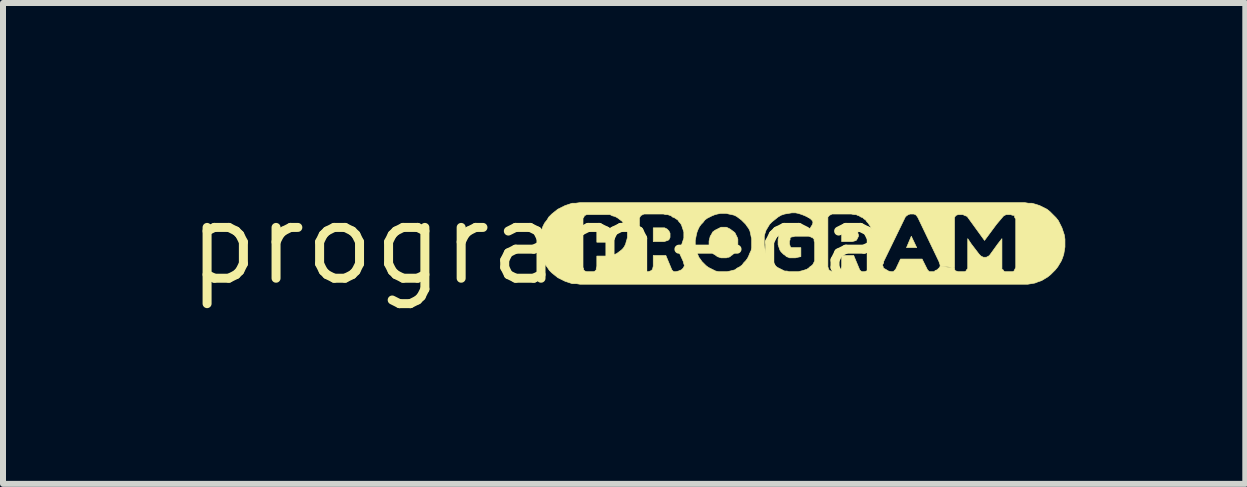
<source format=kicad_pcb>
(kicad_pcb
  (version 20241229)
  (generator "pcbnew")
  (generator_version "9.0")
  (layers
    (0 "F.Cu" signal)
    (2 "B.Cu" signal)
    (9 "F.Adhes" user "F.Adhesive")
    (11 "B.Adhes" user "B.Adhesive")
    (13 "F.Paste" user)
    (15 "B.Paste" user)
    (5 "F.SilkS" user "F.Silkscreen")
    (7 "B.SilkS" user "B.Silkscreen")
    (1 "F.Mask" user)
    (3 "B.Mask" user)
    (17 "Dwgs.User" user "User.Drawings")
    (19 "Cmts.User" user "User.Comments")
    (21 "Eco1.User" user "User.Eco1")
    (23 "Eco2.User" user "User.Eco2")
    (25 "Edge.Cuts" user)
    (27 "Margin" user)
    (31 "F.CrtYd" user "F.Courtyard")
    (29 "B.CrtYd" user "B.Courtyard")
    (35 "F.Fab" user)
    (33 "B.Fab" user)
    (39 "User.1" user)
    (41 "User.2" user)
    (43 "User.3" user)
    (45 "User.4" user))
  (footprint "program-ca"
    (layer "F.Cu")
    (at 5.934 1.006)
    (property "Reference" "program-ca" (at 0 0 0) (layer "F.SilkS") (effects (font (size 1.27 1.27) (thickness 0.15))))
    (attr board_only exclude_from_pos_files exclude_from_bom)
    (fp_poly (pts (xy 6.2 -0.12) (xy 6.12 0.07) (xy 6.29 0.07) (xy 6.2 -0.12)) (stroke (width 0.01) (type solid)) (fill yes) (layer "F.SilkS"))
    (fp_poly (pts (xy 1.17 -0.02) (xy 1.2 -0.05) (xy 1.22 -0.06) (xy 1.23 -0.08) (xy 1.24 -0.1) (xy 1.24 -0.13) (xy 1.24 -0.16) (xy 1.23 -0.19) (xy 1.21 -0.21) (xy 1.2 -0.22) (xy 1.18 -0.24) (xy 1.16 -0.24) (xy 1.14 -0.25) (xy 1.13 -0.25) (xy 0.96 -0.25) (xy 0.96 -0.02) (xy 1.16 -0.02) (xy 1.17 -0.02)) (stroke (width 0.01) (type solid)) (fill yes) (layer "F.SilkS"))
    (fp_poly (pts (xy 1.9 -0.03) (xy 2.08 -0.03) (xy 2.11 -0.04) (xy 2.14 -0.05) (xy 2.16 -0.06) (xy 2.17 -0.08) (xy 2.18 -0.1) (xy 2.18 -0.12) (xy 2.18 -0.14) (xy 2.18 -0.17) (xy 2.17 -0.19) (xy 2.16 -0.21) (xy 2.15 -0.22) (xy 2.13 -0.24) (xy 2.11 -0.25) (xy 2.09 -0.26) (xy 2.07 -0.26) (xy 1.9 -0.26) (xy 1.9 -0.03)) (stroke (width 0.01) (type solid)) (fill yes) (layer "F.SilkS"))
    (fp_poly (pts (xy 5.04 -0.03) (xy 5.21 -0.03) (xy 5.25 -0.04) (xy 5.28 -0.05) (xy 5.29 -0.06) (xy 5.3 -0.08) (xy 5.31 -0.1) (xy 5.32 -0.12) (xy 5.32 -0.14) (xy 5.31 -0.17) (xy 5.31 -0.19) (xy 5.3 -0.21) (xy 5.28 -0.22) (xy 5.26 -0.24) (xy 5.24 -0.25) (xy 5.22 -0.26) (xy 5.2 -0.26) (xy 5.04 -0.26) (xy 5.04 -0.03)) (stroke (width 0.01) (type solid)) (fill yes) (layer "F.SilkS"))
    (fp_poly (pts (xy 2.83 0.1) (xy 2.91 0.18) (xy 2.93 0.19) (xy 2.97 0.22) (xy 3 0.23) (xy 3.03 0.24) (xy 3.05 0.24) (xy 3.07 0.24) (xy 3.09 0.24) (xy 3.12 0.24) (xy 3.14 0.23) (xy 3.16 0.23) (xy 3.18 0.22) (xy 3.2 0.2) (xy 3.22 0.19) (xy 3.24 0.17) (xy 3.26 0.15) (xy 3.27 0.13) (xy 3.29 0.11) (xy 3.29 0.09) (xy 3.3 0.07) (xy 3.31 0.04) (xy 3.31 0.02) (xy 3.31 -0.01) (xy 3.31 -0.04) (xy 3.31 -0.07) (xy 3.3 -0.1) (xy 3.29 -0.12) (xy 3.28 -0.14) (xy 3.27 -0.16) (xy 3.26 -0.18) (xy 3.22 -0.21) (xy 3.18 -0.24) (xy 3.16 -0.25) (xy 3.14 -0.26) (xy 3.12 -0.27) (xy 3.1 -0.27) (xy 3.07 -0.27) (xy 3.05 -0.27) (xy 3.03 -0.27) (xy 3.01 -0.26) (xy 2.99 -0.25) (xy 2.97 -0.24) (xy 2.93 -0.22) (xy 2.89 -0.19) (xy 2.87 -0.15) (xy 2.85 -0.12) (xy 2.84 -0.08) (xy 2.83 -0.04) (xy 2.83 0.1)) (stroke (width 0.01) (type solid)) (fill yes) (layer "F.SilkS"))
    (fp_poly (pts (xy 0.68 -0.68) (xy 0.61 -0.67) (xy 0.55 -0.67) (xy 0.49 -0.65) (xy 0.43 -0.63) (xy 0.37 -0.6) (xy 0.31 -0.57) (xy 0.26 -0.53) (xy 0.21 -0.49) (xy 0.16 -0.44) (xy 0.13 -0.39) (xy 0.09 -0.34) (xy 0.06 -0.28) (xy 0.04 -0.22) (xy 0.02 -0.16) (xy 0.01 -0.1) (xy 0 -0.03) (xy 0 0.03) (xy 0.01 0.1) (xy 0.02 0.16) (xy 0.04 0.22) (xy 0.06 0.28) (xy 0.09 0.34) (xy 0.13 0.39) (xy 0.17 0.45) (xy 0.21 0.49) (xy 0.26 0.53) (xy 0.31 0.57) (xy 0.37 0.6) (xy 0.43 0.63) (xy 0.49 0.65) (xy 0.55 0.67) (xy 0.62 0.67) (xy 0.68 0.68) (xy 8.09 0.68) (xy 8.14 0.68) (xy 8.2 0.67) (xy 8.26 0.66) (xy 8.31 0.64) (xy 8.37 0.62) (xy 8.42 0.59) (xy 8.47 0.56) (xy 8.52 0.52) (xy 8.56 0.48) (xy 8.6 0.44) (xy 8.64 0.39) (xy 8.67 0.34) (xy 8.7 0.29) (xy 8.72 0.24) (xy 8.74 0.18) (xy 8.75 0.12) (xy 8.76 0.06) (xy 8.76 0) (xy 8.76 -0.07) (xy 8.75 -0.14) (xy 8.73 -0.2) (xy 8.71 -0.26) (xy 8.68 -0.32) (xy 8.65 -0.38) (xy 8.61 -0.43) (xy 8.56 -0.48) (xy 8.51 -0.53) (xy 8.46 -0.57) (xy 8.4 -0.6) (xy 8.34 -0.63) (xy 8.28 -0.65) (xy 8.21 -0.67) (xy 8.15 -0.67) (xy 8.09 -0.68) (xy 0.68 -0.68) (xy 0.77 -0.47) (xy 0.79 -0.48) (xy 0.81 -0.48) (xy 0.84 -0.48) (xy 1.14 -0.48) (xy 1.18 -0.48) (xy 1.22 -0.46) (xy 1.26 -0.45) (xy 1.3 -0.43) (xy 1.34 -0.4) (xy 1.38 -0.37) (xy 1.4 -0.34) (xy 1.42 -0.31) (xy 1.67 -0.42) (xy 1.67 -0.43) (xy 1.68 -0.44) (xy 1.69 -0.46) (xy 1.7 -0.47) (xy 1.71 -0.47) (xy 1.72 -0.48) (xy 1.75 -0.49) (xy 1.77 -0.49) (xy 2.07 -0.49) (xy 2.11 -0.48) (xy 2.14 -0.48) (xy 2.17 -0.47) (xy 2.2 -0.46) (xy 2.22 -0.44) (xy 2.25 -0.43) (xy 2.28 -0.41) (xy 2.31 -0.39) (xy 2.33 -0.36) (xy 2.35 -0.34) (xy 2.37 -0.31) (xy 2.38 -0.28) (xy 2.39 -0.25) (xy 2.4 -0.22) (xy 2.41 -0.19) (xy 2.41 -0.16) (xy 2.41 -0.13) (xy 2.41 -0.09) (xy 2.6 -0.05) (xy 2.61 -0.1) (xy 2.62 -0.15) (xy 2.63 -0.19) (xy 2.65 -0.24) (xy 2.67 -0.28) (xy 2.7 -0.32) (xy 2.73 -0.35) (xy 2.76 -0.39) (xy 2.8 -0.42) (xy 2.84 -0.44) (xy 2.88 -0.46) (xy 2.93 -0.48) (xy 2.97 -0.49) (xy 3.02 -0.5) (xy 3.07 -0.5) (xy 3.12 -0.5) (xy 3.16 -0.49) (xy 3.21 -0.48) (xy 3.25 -0.47) (xy 3.29 -0.45) (xy 3.33 -0.42) (xy 3.37 -0.39) (xy 3.4 -0.36) (xy 3.44 -0.32) (xy 3.46 -0.29) (xy 3.49 -0.25) (xy 3.51 -0.21) (xy 3.52 -0.17) (xy 3.53 -0.12) (xy 3.54 -0.08) (xy 3.54 -0.03) (xy 3.75 -0.02) (xy 3.75 -0.07) (xy 3.75 -0.12) (xy 3.76 -0.16) (xy 3.78 -0.22) (xy 3.81 -0.27) (xy 3.84 -0.32) (xy 3.88 -0.36) (xy 3.93 -0.4) (xy 3.98 -0.44) (xy 4.03 -0.47) (xy 4.09 -0.49) (xy 4.15 -0.5) (xy 4.21 -0.51) (xy 4.27 -0.51) (xy 4.32 -0.5) (xy 4.38 -0.48) (xy 4.43 -0.46) (xy 4.49 -0.43) (xy 4.52 -0.41) (xy 4.53 -0.4) (xy 4.55 -0.38) (xy 4.56 -0.36) (xy 4.56 -0.34) (xy 4.55 -0.31) (xy 4.53 -0.28) (xy 4.52 -0.26) (xy 4.49 -0.23) (xy 4.46 -0.22) (xy 4.45 -0.21) (xy 4.44 -0.21) (xy 4.42 -0.21) (xy 4.39 -0.23) (xy 4.33 -0.26) (xy 4.31 -0.27) (xy 4.29 -0.27) (xy 4.24 -0.28) (xy 4.19 -0.28) (xy 4.16 -0.27) (xy 4.13 -0.26) (xy 4.11 -0.25) (xy 4.08 -0.24) (xy 4.06 -0.22) (xy 4.04 -0.2) (xy 4.02 -0.18) (xy 4.01 -0.16) (xy 3.99 -0.13) (xy 3.99 -0.1) (xy 3.98 -0.07) (xy 3.98 -0.04) (xy 3.98 -0.01) (xy 3.98 0.02) (xy 3.99 0.05) (xy 4 0.08) (xy 4.01 0.11) (xy 4.03 0.14) (xy 4.05 0.16) (xy 4.07 0.18) (xy 4.1 0.2) (xy 4.12 0.22) (xy 4.15 0.23) (xy 4.17 0.24) (xy 4.22 0.24) (xy 4.27 0.24) (xy 4.31 0.23) (xy 4.36 0.22) (xy 4.36 0.07) (xy 4.25 0.07) (xy 4.22 0.07) (xy 4.2 0.07) (xy 4.19 0.06) (xy 4.18 0.05) (xy 4.18 0.04) (xy 4.17 0.01) (xy 4.17 -0.04) (xy 4.18 -0.06) (xy 4.18 -0.09) (xy 4.19 -0.1) (xy 4.21 -0.11) (xy 4.23 -0.11) (xy 4.26 -0.12) (xy 4.49 -0.12) (xy 4.52 -0.11) (xy 4.54 -0.1) (xy 4.55 -0.1) (xy 4.57 -0.08) (xy 4.58 -0.07) (xy 4.58 -0.06) (xy 4.58 -0.04) (xy 4.59 -0.02) (xy 4.59 0.29) (xy 4.58 0.31) (xy 4.81 0.36) (xy 4.81 -0.42) (xy 4.81 -0.43) (xy 4.81 -0.44) (xy 4.83 -0.46) (xy 4.83 -0.47) (xy 4.84 -0.47) (xy 4.86 -0.48) (xy 4.88 -0.49) (xy 4.91 -0.49) (xy 5.2 -0.49) (xy 5.25 -0.48) (xy 5.28 -0.48) (xy 5.3 -0.47) (xy 5.33 -0.46) (xy 5.36 -0.44) (xy 5.39 -0.43) (xy 5.41 -0.41) (xy 5.44 -0.39) (xy 5.46 -0.36) (xy 5.48 -0.34) (xy 5.5 -0.31) (xy 5.52 -0.28) (xy 5.53 -0.25) (xy 5.54 -0.22) (xy 5.54 -0.19) (xy 5.55 -0.16) (xy 5.55 -0.13) (xy 5.54 -0.09) (xy 5.54 -0.06) (xy 5.53 -0.03) (xy 5.52 0) (xy 5.51 0.03) (xy 5.49 0.05) (xy 5.47 0.08) (xy 5.45 0.1) (xy 5.48 0.19) (xy 5.53 0.3) (xy 5.55 0.34) (xy 5.55 0.37) (xy 5.72 0.37) (xy 5.72 0.36) (xy 5.74 0.32) (xy 5.74 0.3) (xy 6.1 -0.44) (xy 6.12 -0.46) (xy 6.15 -0.48) (xy 6.18 -0.49) (xy 6.21 -0.49) (xy 6.24 -0.49) (xy 6.27 -0.48) (xy 6.29 -0.46) (xy 6.31 -0.43) (xy 6.66 0.3) (xy 6.67 0.33) (xy 6.68 0.36) (xy 6.68 0.38) (xy 6.92 0.4) (xy 6.92 -0.41) (xy 6.92 -0.42) (xy 6.92 -0.43) (xy 6.93 -0.45) (xy 6.94 -0.46) (xy 6.95 -0.47) (xy 6.98 -0.48) (xy 7 -0.48) (xy 7.04 -0.48) (xy 7.06 -0.48) (xy 7.08 -0.47) (xy 7.13 -0.45) (xy 7.42 -0.05) (xy 7.62 -0.32) (xy 7.73 -0.45) (xy 7.74 -0.46) (xy 7.76 -0.47) (xy 7.78 -0.48) (xy 7.82 -0.48) (xy 7.86 -0.48) (xy 7.88 -0.47) (xy 7.9 -0.47) (xy 7.92 -0.46) (xy 7.92 -0.44) (xy 7.93 -0.42) (xy 7.94 -0.41) (xy 7.94 0.36) (xy 7.94 0.4) (xy 7.93 0.42) (xy 7.92 0.44) (xy 7.91 0.46) (xy 7.89 0.47) (xy 7.87 0.47) (xy 7.83 0.47) (xy 7.79 0.47) (xy 7.76 0.47) (xy 7.74 0.46) (xy 7.73 0.44) (xy 7.71 0.43) (xy 7.71 0.4) (xy 7.71 0.37) (xy 7.71 -0.08) (xy 7.64 0.01) (xy 7.51 0.19) (xy 7.49 0.21) (xy 7.47 0.22) (xy 7.45 0.23) (xy 7.43 0.23) (xy 7.4 0.23) (xy 7.38 0.22) (xy 7.36 0.21) (xy 7.34 0.19) (xy 7.33 0.18) (xy 7.2 0.01) (xy 7.14 -0.08) (xy 7.14 0.41) (xy 7.14 0.42) (xy 7.12 0.44) (xy 7.11 0.46) (xy 7.09 0.47) (xy 7.06 0.47) (xy 7.02 0.47) (xy 6.98 0.47) (xy 6.95 0.46) (xy 6.94 0.46) (xy 6.93 0.45) (xy 6.92 0.43) (xy 6.92 0.41) (xy 6.68 0.38) (xy 6.67 0.4) (xy 6.66 0.41) (xy 6.64 0.43) (xy 6.63 0.44) (xy 6.6 0.45) (xy 6.58 0.47) (xy 6.55 0.47) (xy 6.53 0.47) (xy 6.52 0.47) (xy 6.5 0.47) (xy 6.49 0.46) (xy 6.48 0.45) (xy 6.47 0.44) (xy 6.45 0.4) (xy 6.38 0.26) (xy 6.02 0.26) (xy 5.94 0.43) (xy 5.93 0.44) (xy 5.91 0.46) (xy 5.9 0.47) (xy 5.88 0.47) (xy 5.87 0.47) (xy 5.86 0.47) (xy 5.82 0.46) (xy 5.77 0.43) (xy 5.75 0.42) (xy 5.74 0.41) (xy 5.73 0.4) (xy 5.73 0.38) (xy 5.72 0.37) (xy 5.55 0.37) (xy 5.55 0.39) (xy 5.54 0.41) (xy 5.52 0.42) (xy 5.51 0.44) (xy 5.45 0.46) (xy 5.42 0.47) (xy 5.4 0.47) (xy 5.39 0.47) (xy 5.38 0.47) (xy 5.36 0.46) (xy 5.35 0.45) (xy 5.34 0.44) (xy 5.24 0.2) (xy 5.04 0.2) (xy 5.04 0.38) (xy 5.03 0.42) (xy 5.03 0.43) (xy 5.02 0.44) (xy 5.01 0.45) (xy 4.98 0.46) (xy 4.96 0.47) (xy 4.92 0.47) (xy 4.89 0.47) (xy 4.86 0.46) (xy 4.84 0.45) (xy 4.83 0.44) (xy 4.82 0.43) (xy 4.82 0.42) (xy 4.81 0.39) (xy 4.81 0.36) (xy 4.58 0.31) (xy 4.57 0.33) (xy 4.56 0.35) (xy 4.54 0.37) (xy 4.51 0.39) (xy 4.49 0.41) (xy 4.46 0.43) (xy 4.43 0.44) (xy 4.4 0.45) (xy 4.36 0.46) (xy 4.32 0.47) (xy 4.28 0.47) (xy 4.24 0.47) (xy 4.2 0.47) (xy 4.16 0.47) (xy 4.13 0.46) (xy 4.09 0.46) (xy 4.05 0.44) (xy 4.01 0.42) (xy 3.97 0.4) (xy 3.93 0.37) (xy 3.89 0.33) (xy 3.86 0.29) (xy 3.83 0.25) (xy 3.8 0.21) (xy 3.78 0.17) (xy 3.77 0.13) (xy 3.76 0.08) (xy 3.75 0.03) (xy 3.75 -0.02) (xy 3.54 -0.03) (xy 3.54 0.02) (xy 3.54 0.07) (xy 3.53 0.12) (xy 3.51 0.16) (xy 3.49 0.21) (xy 3.47 0.25) (xy 3.44 0.29) (xy 3.41 0.32) (xy 3.38 0.36) (xy 3.34 0.39) (xy 3.3 0.41) (xy 3.26 0.44) (xy 3.22 0.45) (xy 3.18 0.46) (xy 3.13 0.47) (xy 3.08 0.47) (xy 3.03 0.47) (xy 2.99 0.47) (xy 2.94 0.46) (xy 2.9 0.44) (xy 2.86 0.42) (xy 2.82 0.4) (xy 2.78 0.37) (xy 2.75 0.34) (xy 2.71 0.3) (xy 2.69 0.27) (xy 2.66 0.23) (xy 2.64 0.18) (xy 2.62 0.14) (xy 2.61 0.1) (xy 2.6 0.05) (xy 2.6 0) (xy 2.6 -0.05) (xy 2.41 -0.09) (xy 2.4 -0.06) (xy 2.39 -0.03) (xy 2.38 0) (xy 2.37 0.03) (xy 2.35 0.05) (xy 2.33 0.08) (xy 2.31 0.1) (xy 2.35 0.19) (xy 2.4 0.3) (xy 2.41 0.34) (xy 2.42 0.37) (xy 2.41 0.39) (xy 2.4 0.41) (xy 2.39 0.42) (xy 2.37 0.44) (xy 2.32 0.46) (xy 2.28 0.47) (xy 2.27 0.47) (xy 2.25 0.47) (xy 2.24 0.47) (xy 2.23 0.46) (xy 2.22 0.45) (xy 2.21 0.44) (xy 2.11 0.2) (xy 1.9 0.2) (xy 1.9 0.38) (xy 1.89 0.42) (xy 1.89 0.43) (xy 1.88 0.44) (xy 1.87 0.45) (xy 1.85 0.46) (xy 1.82 0.47) (xy 1.79 0.47) (xy 1.75 0.47) (xy 1.73 0.46) (xy 1.71 0.45) (xy 1.69 0.44) (xy 1.68 0.43) (xy 1.68 0.42) (xy 1.67 0.39) (xy 1.67 0.36) (xy 1.67 -0.42) (xy 1.42 -0.31) (xy 1.47 -0.22) (xy 1.47 -0.1) (xy 1.46 -0.06) (xy 1.45 -0.03) (xy 1.44 0.01) (xy 1.42 0.05) (xy 1.4 0.08) (xy 1.37 0.11) (xy 1.33 0.14) (xy 1.29 0.17) (xy 1.24 0.19) (xy 1.2 0.2) (xy 1.17 0.21) (xy 1.14 0.21) (xy 0.96 0.21) (xy 0.96 0.38) (xy 0.95 0.42) (xy 0.95 0.44) (xy 0.94 0.45) (xy 0.93 0.46) (xy 0.91 0.47) (xy 0.88 0.47) (xy 0.85 0.47) (xy 0.81 0.47) (xy 0.79 0.47) (xy 0.76 0.46) (xy 0.75 0.45) (xy 0.74 0.44) (xy 0.74 0.42) (xy 0.73 0.4) (xy 0.73 0.37) (xy 0.73 -0.41) (xy 0.73 -0.42) (xy 0.74 -0.43) (xy 0.75 -0.45) (xy 0.75 -0.46) (xy 0.77 -0.47) (xy 0.68 -0.68)) (stroke (width 0.01) (type solid)) (fill yes) (layer "F.SilkS")))
  (gr_rect
    (start -3 -3)
    (end 17.699 5.012)
    (stroke (width 0.1) (type default))
    (fill no)
    (layer "Edge.Cuts")))
</source>
